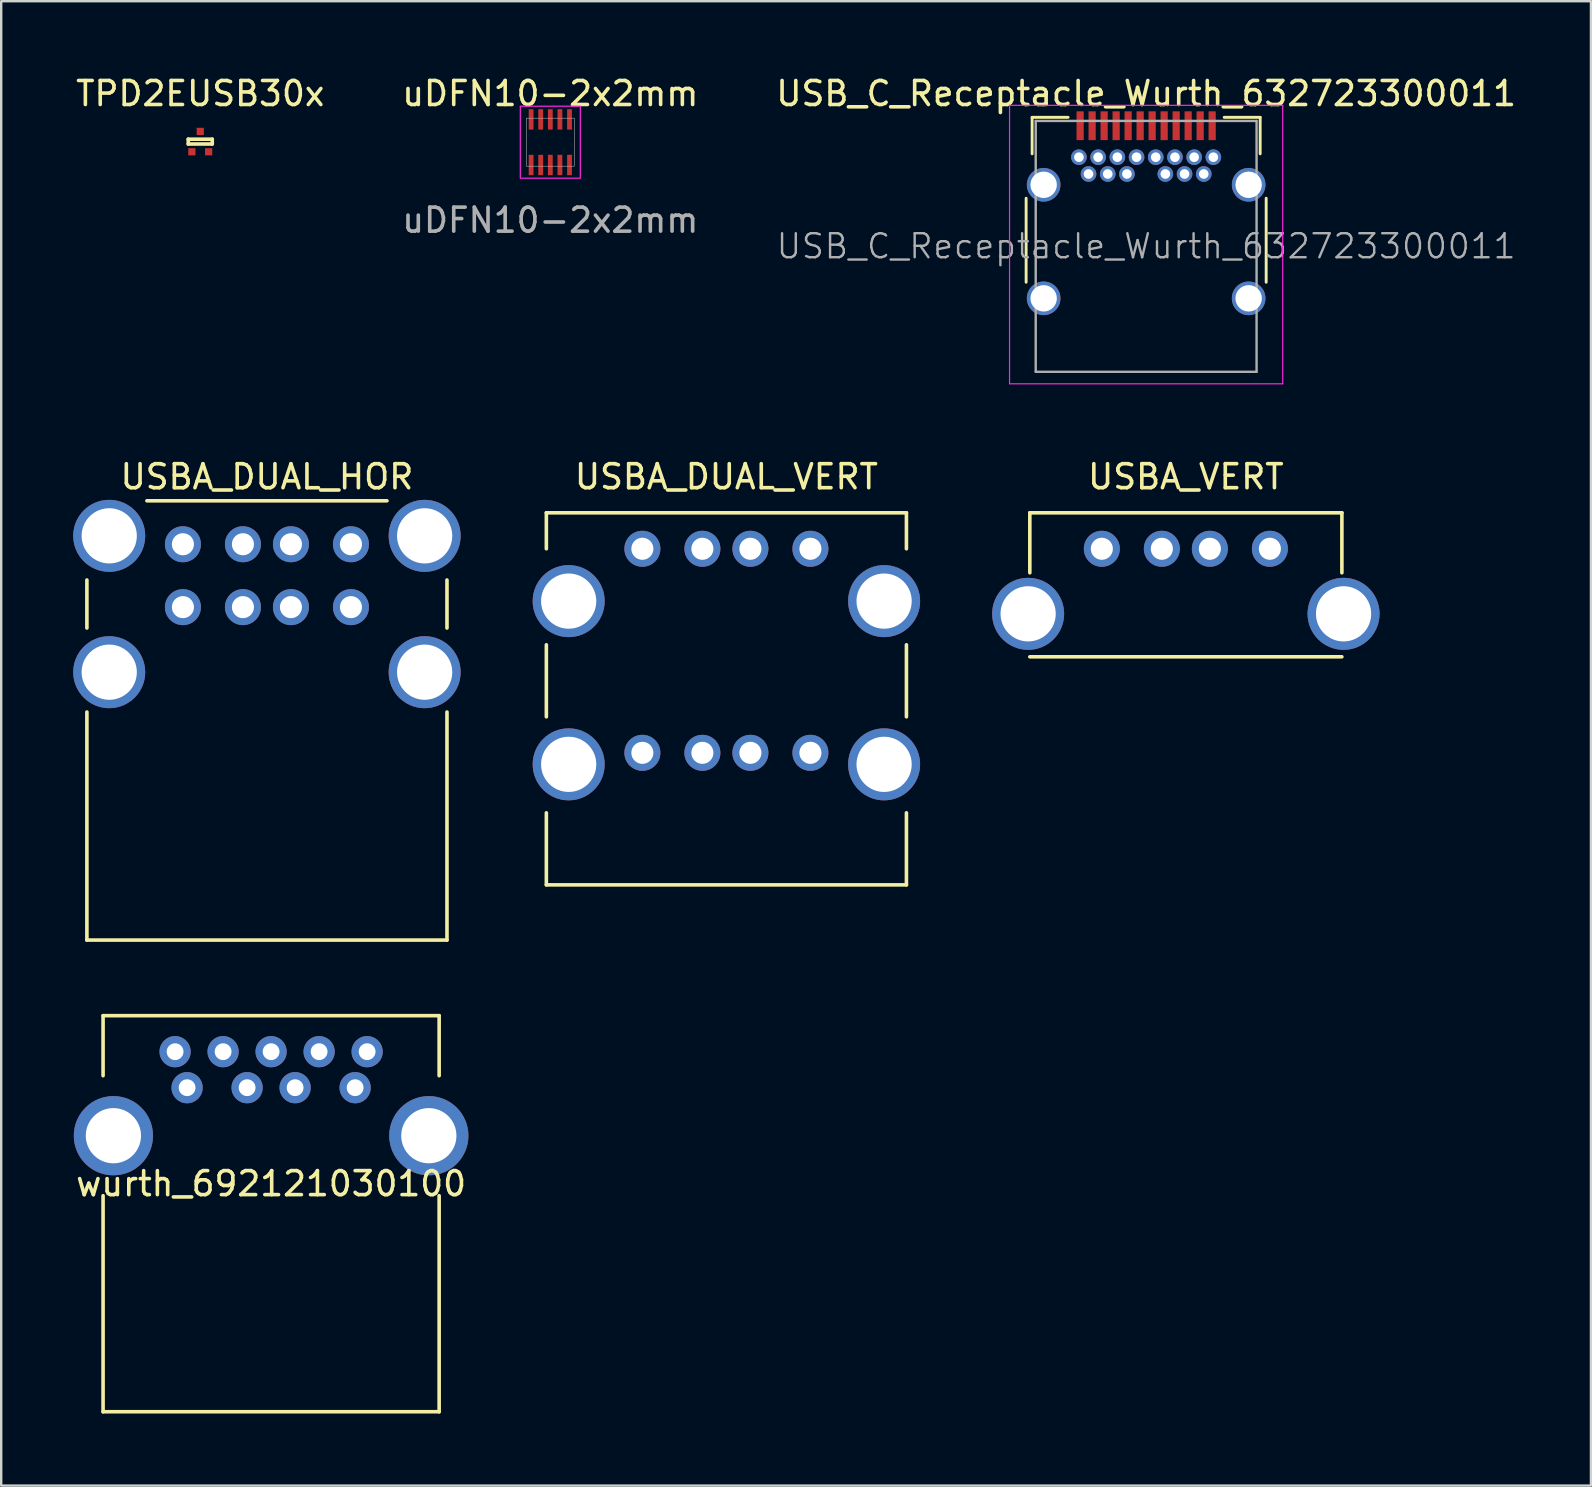
<source format=kicad_pcb>
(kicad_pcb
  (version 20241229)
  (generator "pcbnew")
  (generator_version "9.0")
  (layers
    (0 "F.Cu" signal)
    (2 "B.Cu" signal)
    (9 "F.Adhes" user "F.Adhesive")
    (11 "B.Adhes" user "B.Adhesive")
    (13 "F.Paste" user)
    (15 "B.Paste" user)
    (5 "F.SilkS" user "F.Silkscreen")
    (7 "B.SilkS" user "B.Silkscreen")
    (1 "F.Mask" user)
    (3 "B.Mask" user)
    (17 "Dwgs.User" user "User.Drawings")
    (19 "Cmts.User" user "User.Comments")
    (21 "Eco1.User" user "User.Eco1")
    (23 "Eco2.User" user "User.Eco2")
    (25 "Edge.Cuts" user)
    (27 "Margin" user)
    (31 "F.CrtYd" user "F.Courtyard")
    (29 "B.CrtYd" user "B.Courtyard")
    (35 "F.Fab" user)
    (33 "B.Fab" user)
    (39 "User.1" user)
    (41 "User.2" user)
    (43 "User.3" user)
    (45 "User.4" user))
  (footprint "USB_C_Receptacle_Wurth_632723300011"
    (layer "F.Cu")
    (at 44.696 7.208)
    (property "Reference" "USB_C_Receptacle_Wurth_632723300011" (at 0 -6.36 0) (layer "F.SilkS") (effects (font (size 1 1) (thickness 0.15))))
    (attr smd)
    (fp_line (start -5 -2) (end -5 1.5) (stroke (width 0.12) (type solid)) (layer "F.SilkS"))
    (fp_line (start -4.75 -5.37) (end -4.75 -3.85) (stroke (width 0.12) (type solid)) (layer "F.SilkS"))
    (fp_line (start -4.75 -5.37) (end -3.25 -5.37) (stroke (width 0.12) (type solid)) (layer "F.SilkS"))
    (fp_line (start 3.25 -5.37) (end 4.75 -5.37) (stroke (width 0.12) (type solid)) (layer "F.SilkS"))
    (fp_line (start 4.75 -5.37) (end 4.75 -3.85) (stroke (width 0.12) (type solid)) (layer "F.SilkS"))
    (fp_line (start 5 -2) (end 5 1.5) (stroke (width 0.12) (type solid)) (layer "F.SilkS"))
    (fp_line (start -5.69 -5.87) (end 5.69 -5.87) (stroke (width 0.05) (type solid)) (layer "F.CrtYd"))
    (fp_line (start -5.69 5.73) (end -5.69 -5.87) (stroke (width 0.05) (type solid)) (layer "F.CrtYd"))
    (fp_line (start 5.69 -5.87) (end 5.69 5.73) (stroke (width 0.05) (type solid)) (layer "F.CrtYd"))
    (fp_line (start 5.69 5.73) (end -5.69 5.73) (stroke (width 0.05) (type solid)) (layer "F.CrtYd"))
    (fp_line (start -4.6 -5.22) (end 4.6 -5.22) (stroke (width 0.1) (type solid)) (layer "F.Fab"))
    (fp_line (start -4.6 5.23) (end -4.6 -5.22) (stroke (width 0.1) (type solid)) (layer "F.Fab"))
    (fp_line (start -4.6 5.23) (end 4.6 5.23) (stroke (width 0.1) (type solid)) (layer "F.Fab"))
    (fp_line (start 4.6 5.23) (end 4.6 -5.22) (stroke (width 0.1) (type solid)) (layer "F.Fab"))
    (fp_text user "${REFERENCE}" (at 0 0 0) (layer "F.Fab") (effects (font (size 1 1) (thickness 0.1))))
    (pad "A1" smd rect (at -2.75 -5.02) (size 0.3 1.2) (layers "F.Cu" "F.Mask" "F.Paste"))
    (pad "A2" smd rect (at -2.25 -5.02) (size 0.3 1.2) (layers "F.Cu" "F.Mask" "F.Paste"))
    (pad "A3" smd rect (at -1.75 -5.02) (size 0.3 1.2) (layers "F.Cu" "F.Mask" "F.Paste"))
    (pad "A4" smd rect (at -1.25 -5.02) (size 0.3 1.2) (layers "F.Cu" "F.Mask" "F.Paste"))
    (pad "A5" smd rect (at -0.75 -5.02) (size 0.3 1.2) (layers "F.Cu" "F.Mask" "F.Paste"))
    (pad "A6" smd rect (at -0.25 -5.02) (size 0.3 1.2) (layers "F.Cu" "F.Mask" "F.Paste"))
    (pad "A7" smd rect (at 0.25 -5.02) (size 0.3 1.2) (layers "F.Cu" "F.Mask" "F.Paste"))
    (pad "A8" smd rect (at 0.75 -5.02) (size 0.3 1.2) (layers "F.Cu" "F.Mask" "F.Paste"))
    (pad "A9" smd rect (at 1.25 -5.02) (size 0.3 1.2) (layers "F.Cu" "F.Mask" "F.Paste"))
    (pad "A10" smd rect (at 1.75 -5.02) (size 0.3 1.2) (layers "F.Cu" "F.Mask" "F.Paste"))
    (pad "A11" smd rect (at 2.25 -5.02) (size 0.3 1.2) (layers "F.Cu" "F.Mask" "F.Paste"))
    (pad "A12" smd rect (at 2.75 -5.02) (size 0.3 1.2) (layers "F.Cu" "F.Mask" "F.Paste"))
    (pad "B1" thru_hole circle (at 2 -3.71) (size 0.65 0.65) (drill 0.4) (layers "*.Cu" "*.Mask"))
    (pad "B1" thru_hole circle (at 2.8 -3.71) (size 0.65 0.65) (drill 0.4) (layers "*.Cu" "*.Mask"))
    (pad "B2" thru_hole circle (at 2.4 -3.01) (size 0.65 0.65) (drill 0.4) (layers "*.Cu" "*.Mask"))
    (pad "B3" thru_hole circle (at 1.6 -3.01) (size 0.65 0.65) (drill 0.4) (layers "*.Cu" "*.Mask"))
    (pad "B4" thru_hole circle (at 1.2 -3.71) (size 0.65 0.65) (drill 0.4) (layers "*.Cu" "*.Mask"))
    (pad "B5" thru_hole circle (at 0.8 -3.01) (size 0.65 0.65) (drill 0.4) (layers "*.Cu" "*.Mask"))
    (pad "B6" thru_hole circle (at 0.4 -3.71) (size 0.65 0.65) (drill 0.4) (layers "*.Cu" "*.Mask"))
    (pad "B7" thru_hole circle (at -0.4 -3.71) (size 0.65 0.65) (drill 0.4) (layers "*.Cu" "*.Mask"))
    (pad "B8" thru_hole circle (at -0.8 -3.01) (size 0.65 0.65) (drill 0.4) (layers "*.Cu" "*.Mask"))
    (pad "B9" thru_hole circle (at -1.2 -3.71) (size 0.65 0.65) (drill 0.4) (layers "*.Cu" "*.Mask"))
    (pad "B10" thru_hole circle (at -1.6 -3.01) (size 0.65 0.65) (drill 0.4) (layers "*.Cu" "*.Mask"))
    (pad "B11" thru_hole circle (at -2.4 -3.01) (size 0.65 0.65) (drill 0.4) (layers "*.Cu" "*.Mask"))
    (pad "B12" thru_hole circle (at -2.8 -3.71) (size 0.65 0.65) (drill 0.4) (layers "*.Cu" "*.Mask"))
    (pad "B12" thru_hole circle (at -2 -3.71) (size 0.65 0.65) (drill 0.4) (layers "*.Cu" "*.Mask"))
    (pad "S1" thru_hole circle (at -4.27 -2.56) (size 1.4 1.4) (drill 1.1) (layers "*.Cu" "*.Mask"))
    (pad "S1" thru_hole circle (at -4.27 2.17) (size 1.4 1.4) (drill 1.1) (layers "*.Cu" "*.Mask"))
    (pad "S1" thru_hole circle (at 4.27 -2.56) (size 1.4 1.4) (drill 1.1) (layers "*.Cu" "*.Mask"))
    (pad "S1" thru_hole circle (at 4.27 2.17) (size 1.4 1.4) (drill 1.1) (layers "*.Cu" "*.Mask")))
  (footprint "USBA_VERT"
    (layer "F.Cu")
    (at 46.35 19.811)
    (property "Reference" "USBA_VERT" (at 0 -3 0) (layer "F.SilkS") (effects (font (size 1 1) (thickness 0.15))))
    (attr through_hole)
    (fp_line (start -6.5 -1.5) (end -6.5 1) (stroke (width 0.15) (type solid)) (layer "F.SilkS"))
    (fp_line (start -6.5 -1.5) (end 6.5 -1.5) (stroke (width 0.15) (type solid)) (layer "F.SilkS"))
    (fp_line (start 6.5 -1.5) (end 6.5 1) (stroke (width 0.15) (type solid)) (layer "F.SilkS"))
    (fp_line (start 6.5 4.5) (end -6.5 4.5) (stroke (width 0.15) (type solid)) (layer "F.SilkS"))
    (pad "1" thru_hole circle (at -3.5 0) (size 1.5 1.5) (drill 0.92) (layers "*.Cu" "*.Mask"))
    (pad "2" thru_hole circle (at -1 0) (size 1.5 1.5) (drill 0.92) (layers "*.Cu" "*.Mask"))
    (pad "3" thru_hole circle (at 1 0) (size 1.5 1.5) (drill 0.92) (layers "*.Cu" "*.Mask"))
    (pad "4" thru_hole circle (at 3.5 0) (size 1.5 1.5) (drill 0.92) (layers "*.Cu" "*.Mask"))
    (pad "5" thru_hole circle (at -6.57 2.71) (size 3 3) (drill 2.3) (layers "*.Cu" "*.Mask"))
    (pad "5" thru_hole circle (at 6.57 2.71) (size 3 3) (drill 2.3) (layers "*.Cu" "*.Mask")))
  (footprint "wurth_692121030100"
    (layer "F.Cu")
    (at 8.244 42.261)
    (property "Reference" "wurth_692121030100" (at 0 4 0) (layer "F.SilkS") (effects (font (size 1 1) (thickness 0.15))))
    (attr through_hole)
    (fp_line (start -7 -3) (end 7 -3) (stroke (width 0.15) (type solid)) (layer "F.SilkS"))
    (fp_line (start -7 -0.5) (end -7 -3) (stroke (width 0.15) (type solid)) (layer "F.SilkS"))
    (fp_line (start -7 13.5) (end -7 4.5) (stroke (width 0.15) (type solid)) (layer "F.SilkS"))
    (fp_line (start 7 -3) (end 7 -0.5) (stroke (width 0.15) (type solid)) (layer "F.SilkS"))
    (fp_line (start 7 4.5) (end 7 13.5) (stroke (width 0.15) (type solid)) (layer "F.SilkS"))
    (fp_line (start 7 13.5) (end -7 13.5) (stroke (width 0.15) (type solid)) (layer "F.SilkS"))
    (pad "1" thru_hole circle (at -3.5 0) (size 1.3 1.3) (drill 0.7) (layers "*.Cu" "*.Mask"))
    (pad "2" thru_hole circle (at -1 0) (size 1.3 1.3) (drill 0.7) (layers "*.Cu" "*.Mask"))
    (pad "3" thru_hole circle (at 1 0) (size 1.3 1.3) (drill 0.7) (layers "*.Cu" "*.Mask"))
    (pad "4" thru_hole circle (at 3.5 0) (size 1.3 1.3) (drill 0.7) (layers "*.Cu" "*.Mask"))
    (pad "5" thru_hole circle (at 4 -1.5) (size 1.3 1.3) (drill 0.7) (layers "*.Cu" "*.Mask"))
    (pad "6" thru_hole circle (at 2 -1.5) (size 1.3 1.3) (drill 0.7) (layers "*.Cu" "*.Mask"))
    (pad "7" thru_hole circle (at 0 -1.5) (size 1.3 1.3) (drill 0.7) (layers "*.Cu" "*.Mask"))
    (pad "8" thru_hole circle (at -2 -1.5) (size 1.3 1.3) (drill 0.7) (layers "*.Cu" "*.Mask"))
    (pad "9" thru_hole circle (at -4 -1.5) (size 1.3 1.3) (drill 0.7) (layers "*.Cu" "*.Mask"))
    (pad "MNT" thru_hole circle (at -6.57 2) (size 3.3 3.3) (drill 2.3) (layers "*.Cu" "*.Mask"))
    (pad "MNT" thru_hole circle (at 6.57 2) (size 3.3 3.3) (drill 2.3) (layers "*.Cu" "*.Mask")))
  (footprint "uDFN10-2x2mm"
    (layer "F.Cu")
    (at 19.875 2.873)
    (property "Reference" "uDFN10-2x2mm" (at 0 -2.025 0) (unlocked yes) (layer "F.SilkS") (effects (font (size 1 1) (thickness 0.15))))
    (fp_rect (start -1 -1) (end 1 1) (stroke (width 0.02) (type solid)) (fill no) (layer "Dwgs.User"))
    (fp_rect (start -1.25 -1.5) (end 1.25 1.5) (stroke (width 0.05) (type solid)) (fill no) (layer "F.CrtYd"))
    (fp_text user "${REFERENCE}" (at 0 3.25 0) (unlocked yes) (layer "F.Fab") (effects (font (size 1 1) (thickness 0.15))))
    (pad "1" smd rect (at -0.8 0.95) (size 0.2 0.85) (layers "F.Cu" "F.Mask" "F.Paste"))
    (pad "2" smd rect (at -0.4 0.95) (size 0.2 0.85) (layers "F.Cu" "F.Mask" "F.Paste"))
    (pad "3" smd rect (at 0 0.95) (size 0.2 0.85) (layers "F.Cu" "F.Mask" "F.Paste"))
    (pad "4" smd rect (at 0.4 0.95) (size 0.2 0.85) (layers "F.Cu" "F.Mask" "F.Paste"))
    (pad "5" smd rect (at 0.8 0.95) (size 0.2 0.85) (layers "F.Cu" "F.Mask" "F.Paste"))
    (pad "6" smd rect (at 0.8 -0.95) (size 0.2 0.85) (layers "F.Cu" "F.Mask" "F.Paste"))
    (pad "7" smd rect (at 0.4 -0.95) (size 0.2 0.85) (layers "F.Cu" "F.Mask" "F.Paste"))
    (pad "8" smd rect (at 0 -0.95) (size 0.2 0.85) (layers "F.Cu" "F.Mask" "F.Paste"))
    (pad "9" smd rect (at -0.4 -0.95) (size 0.2 0.85) (layers "F.Cu" "F.Mask" "F.Paste"))
    (pad "10" smd rect (at -0.8 -0.95) (size 0.2 0.85) (layers "F.Cu" "F.Mask" "F.Paste")))
  (footprint "USBA_DUAL_VERT"
    (layer "F.Cu")
    (at 27.21 19.811)
    (property "Reference" "USBA_DUAL_VERT" (at 0 -3 0) (layer "F.SilkS") (effects (font (size 1 1) (thickness 0.15))))
    (attr through_hole)
    (fp_line (start -7.5 -1.5) (end -7.5 0) (stroke (width 0.15) (type solid)) (layer "F.SilkS"))
    (fp_line (start -7.5 -1.5) (end 7.5 -1.5) (stroke (width 0.15) (type solid)) (layer "F.SilkS"))
    (fp_line (start -7.5 4) (end -7.5 7) (stroke (width 0.15) (type solid)) (layer "F.SilkS"))
    (fp_line (start -7.5 14) (end -7.5 11) (stroke (width 0.15) (type solid)) (layer "F.SilkS"))
    (fp_line (start 7.5 -1.5) (end 7.5 0) (stroke (width 0.15) (type solid)) (layer "F.SilkS"))
    (fp_line (start 7.5 4) (end 7.5 7) (stroke (width 0.15) (type solid)) (layer "F.SilkS"))
    (fp_line (start 7.5 11) (end 7.5 14) (stroke (width 0.15) (type solid)) (layer "F.SilkS"))
    (fp_line (start 7.5 14) (end -7.5 14) (stroke (width 0.15) (type solid)) (layer "F.SilkS"))
    (pad "1" thru_hole circle (at -3.5 0) (size 1.5 1.5) (drill 0.92) (layers "*.Cu" "*.Mask"))
    (pad "2" thru_hole circle (at -1 0) (size 1.5 1.5) (drill 0.92) (layers "*.Cu" "*.Mask"))
    (pad "3" thru_hole circle (at 1 0) (size 1.5 1.5) (drill 0.92) (layers "*.Cu" "*.Mask"))
    (pad "4" thru_hole circle (at 3.5 0) (size 1.5 1.5) (drill 0.92) (layers "*.Cu" "*.Mask"))
    (pad "5" thru_hole circle (at -3.5 8.5) (size 1.5 1.5) (drill 0.92) (layers "*.Cu" "*.Mask"))
    (pad "6" thru_hole circle (at -1 8.5) (size 1.5 1.5) (drill 0.92) (layers "*.Cu" "*.Mask"))
    (pad "7" thru_hole circle (at 1 8.5) (size 1.5 1.5) (drill 0.92) (layers "*.Cu" "*.Mask"))
    (pad "8" thru_hole circle (at 3.5 8.5) (size 1.5 1.5) (drill 0.92) (layers "*.Cu" "*.Mask"))
    (pad "9" thru_hole circle (at -6.57 2.18) (size 3 3) (drill 2.3) (layers "*.Cu" "*.Mask"))
    (pad "9" thru_hole circle (at -6.57 8.98) (size 3 3) (drill 2.3) (layers "*.Cu" "*.Mask"))
    (pad "9" thru_hole circle (at 6.57 2.18) (size 3 3) (drill 2.3) (layers "*.Cu" "*.Mask"))
    (pad "9" thru_hole circle (at 6.57 8.98) (size 3 3) (drill 2.3) (layers "*.Cu" "*.Mask")))
  (footprint "TPD2EUSB30x"
    (layer "F.Cu")
    (at 5.292 2.848)
    (property "Reference" "TPD2EUSB30x" (at 0 -2 0) (layer "F.SilkS") (effects (font (size 1 1) (thickness 0.15))))
    (attr through_hole)
    (fp_line (start -0.5 -0.1) (end 0.5 -0.1) (stroke (width 0.15) (type solid)) (layer "F.SilkS"))
    (fp_line (start -0.5 0.1) (end -0.5 -0.1) (stroke (width 0.15) (type solid)) (layer "F.SilkS"))
    (fp_line (start -0.5 0.1) (end 0.5 0.1) (stroke (width 0.15) (type solid)) (layer "F.SilkS"))
    (fp_line (start 0.5 -0.1) (end 0.5 0.1) (stroke (width 0.15) (type solid)) (layer "F.SilkS"))
    (pad "1" smd rect (at -0.35 0.425) (size 0.3 0.3) (layers "F.Cu" "F.Mask" "F.Paste"))
    (pad "2" smd rect (at 0.35 0.425) (size 0.3 0.3) (layers "F.Cu" "F.Mask" "F.Paste"))
    (pad "3" smd rect (at 0 -0.425) (size 0.3 0.3) (layers "F.Cu" "F.Mask" "F.Paste")))
  (footprint "USBA_DUAL_HOR"
    (layer "F.Cu")
    (at 8.07 26.962)
    (property "Reference" "USBA_DUAL_HOR" (at 0 -10.15 0) (layer "F.SilkS") (effects (font (size 1 1) (thickness 0.15))))
    (attr through_hole)
    (fp_line (start -7.5 -5.85) (end -7.5 -3.85) (stroke (width 0.15) (type solid)) (layer "F.SilkS"))
    (fp_line (start -7.5 9.15) (end -7.5 -0.35) (stroke (width 0.15) (type solid)) (layer "F.SilkS"))
    (fp_line (start -5 -9.15) (end 5 -9.15) (stroke (width 0.15) (type solid)) (layer "F.SilkS"))
    (fp_line (start 7.5 -5.85) (end 7.5 -3.85) (stroke (width 0.15) (type solid)) (layer "F.SilkS"))
    (fp_line (start 7.5 -0.35) (end 7.5 9.15) (stroke (width 0.15) (type solid)) (layer "F.SilkS"))
    (fp_line (start 7.5 9.15) (end -7.5 9.15) (stroke (width 0.15) (type solid)) (layer "F.SilkS"))
    (pad "1" thru_hole circle (at -3.5 -7.34) (size 1.5 1.5) (drill 0.92) (layers "*.Cu" "*.Mask"))
    (pad "2" thru_hole circle (at -1 -7.34) (size 1.5 1.5) (drill 0.92) (layers "*.Cu" "*.Mask"))
    (pad "3" thru_hole circle (at 1 -7.34) (size 1.5 1.5) (drill 0.92) (layers "*.Cu" "*.Mask"))
    (pad "4" thru_hole circle (at 3.5 -7.34) (size 1.5 1.5) (drill 0.92) (layers "*.Cu" "*.Mask"))
    (pad "5" thru_hole circle (at -3.5 -4.72) (size 1.5 1.5) (drill 0.92) (layers "*.Cu" "*.Mask"))
    (pad "6" thru_hole circle (at -1 -4.72) (size 1.5 1.5) (drill 0.92) (layers "*.Cu" "*.Mask"))
    (pad "7" thru_hole circle (at 1 -4.72) (size 1.5 1.5) (drill 0.92) (layers "*.Cu" "*.Mask"))
    (pad "8" thru_hole circle (at 3.5 -4.72) (size 1.5 1.5) (drill 0.92) (layers "*.Cu" "*.Mask"))
    (pad "9" thru_hole circle (at -6.57 -7.69) (size 3 3) (drill 2.3) (layers "*.Cu" "*.Mask"))
    (pad "9" thru_hole circle (at -6.57 -2.01) (size 3 3) (drill 2.3) (layers "*.Cu" "*.Mask"))
    (pad "9" thru_hole circle (at 6.57 -7.69) (size 3 3) (drill 2.3) (layers "*.Cu" "*.Mask"))
    (pad "9" thru_hole circle (at 6.57 -2.01) (size 3 3) (drill 2.3) (layers "*.Cu" "*.Mask")))
  (gr_rect
    (start -3 -3)
    (end 63.226 58.837)
    (stroke (width 0.1) (type default))
    (fill no)
    (layer "Edge.Cuts")))
</source>
